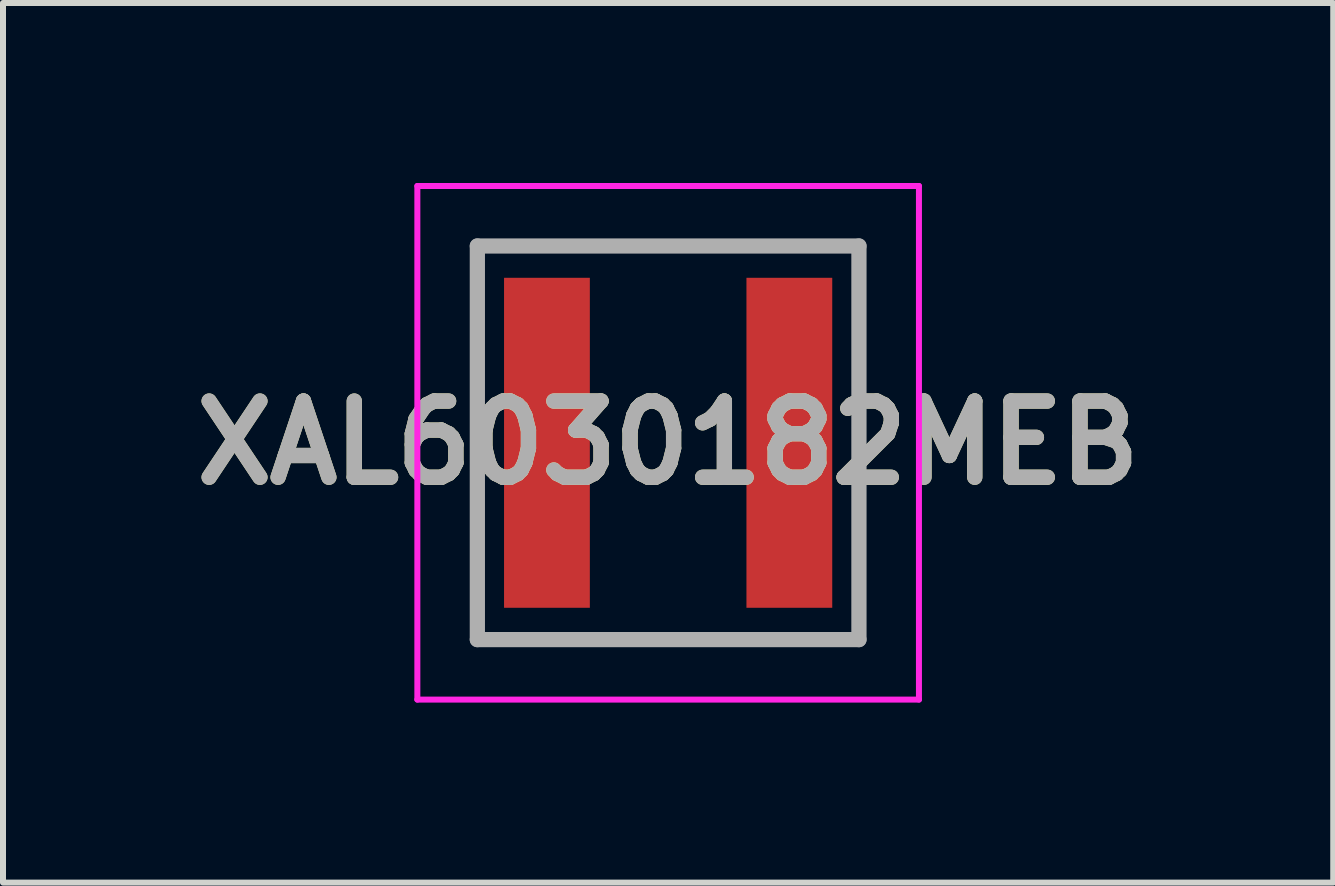
<source format=kicad_pcb>
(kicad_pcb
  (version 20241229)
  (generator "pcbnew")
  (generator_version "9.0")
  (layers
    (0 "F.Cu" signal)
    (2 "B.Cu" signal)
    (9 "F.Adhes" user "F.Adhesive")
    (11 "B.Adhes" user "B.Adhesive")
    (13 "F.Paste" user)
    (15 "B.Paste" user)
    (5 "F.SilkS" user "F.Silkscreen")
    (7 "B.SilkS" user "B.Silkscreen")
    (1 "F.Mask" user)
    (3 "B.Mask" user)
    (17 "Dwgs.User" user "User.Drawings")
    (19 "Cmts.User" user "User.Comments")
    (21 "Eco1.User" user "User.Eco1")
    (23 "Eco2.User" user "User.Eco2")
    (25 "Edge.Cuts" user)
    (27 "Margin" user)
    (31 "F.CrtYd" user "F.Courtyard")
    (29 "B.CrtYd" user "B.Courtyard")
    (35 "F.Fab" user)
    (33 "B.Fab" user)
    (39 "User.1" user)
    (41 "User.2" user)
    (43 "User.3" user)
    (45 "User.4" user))
  (footprint "XAL6030182MEB"
    (layer "F.Cu")
    (at 8.086 4.33)
    (property "Reference" "XAL6030182MEB" (at 0 0 0) (layer "F.SilkS") (effects (font (size 1.27 1.27) (thickness 0.254))))
    (attr smd)
    (fp_line (start -3.18 -3.28) (end 3.18 -3.28) (stroke (width 0.1) (type solid)) (layer "F.SilkS"))
    (fp_line (start -3.18 3.28) (end -3.18 -3.28) (stroke (width 0.1) (type solid)) (layer "F.SilkS"))
    (fp_line (start 3.18 -3.28) (end 3.18 3.28) (stroke (width 0.1) (type solid)) (layer "F.SilkS"))
    (fp_line (start 3.18 3.28) (end -3.18 3.28) (stroke (width 0.1) (type solid)) (layer "F.SilkS"))
    (fp_line (start -4.18 -4.28) (end 4.18 -4.28) (stroke (width 0.1) (type solid)) (layer "F.CrtYd"))
    (fp_line (start -4.18 4.28) (end -4.18 -4.28) (stroke (width 0.1) (type solid)) (layer "F.CrtYd"))
    (fp_line (start 4.18 -4.28) (end 4.18 4.28) (stroke (width 0.1) (type solid)) (layer "F.CrtYd"))
    (fp_line (start 4.18 4.28) (end -4.18 4.28) (stroke (width 0.1) (type solid)) (layer "F.CrtYd"))
    (fp_line (start -3.18 -3.28) (end 3.18 -3.28) (stroke (width 0.254) (type solid)) (layer "F.Fab"))
    (fp_line (start -3.18 3.28) (end -3.18 -3.28) (stroke (width 0.254) (type solid)) (layer "F.Fab"))
    (fp_line (start 3.18 -3.28) (end 3.18 3.28) (stroke (width 0.254) (type solid)) (layer "F.Fab"))
    (fp_line (start 3.18 3.28) (end -3.18 3.28) (stroke (width 0.254) (type solid)) (layer "F.Fab"))
    (fp_text user "${REFERENCE}" (at 0 0 0) (layer "F.Fab") (effects (font (size 1.27 1.27) (thickness 0.254))))
    (pad "1" smd rect (at -2.02 0) (size 1.43 5.5) (layers "F.Cu" "F.Mask" "F.Paste"))
    (pad "2" smd rect (at 2.02 0) (size 1.43 5.5) (layers "F.Cu" "F.Mask" "F.Paste")))
  (gr_rect
    (start -3 -3)
    (end 19.171 11.66)
    (stroke (width 0.1) (type default))
    (fill no)
    (layer "Edge.Cuts")))
</source>
